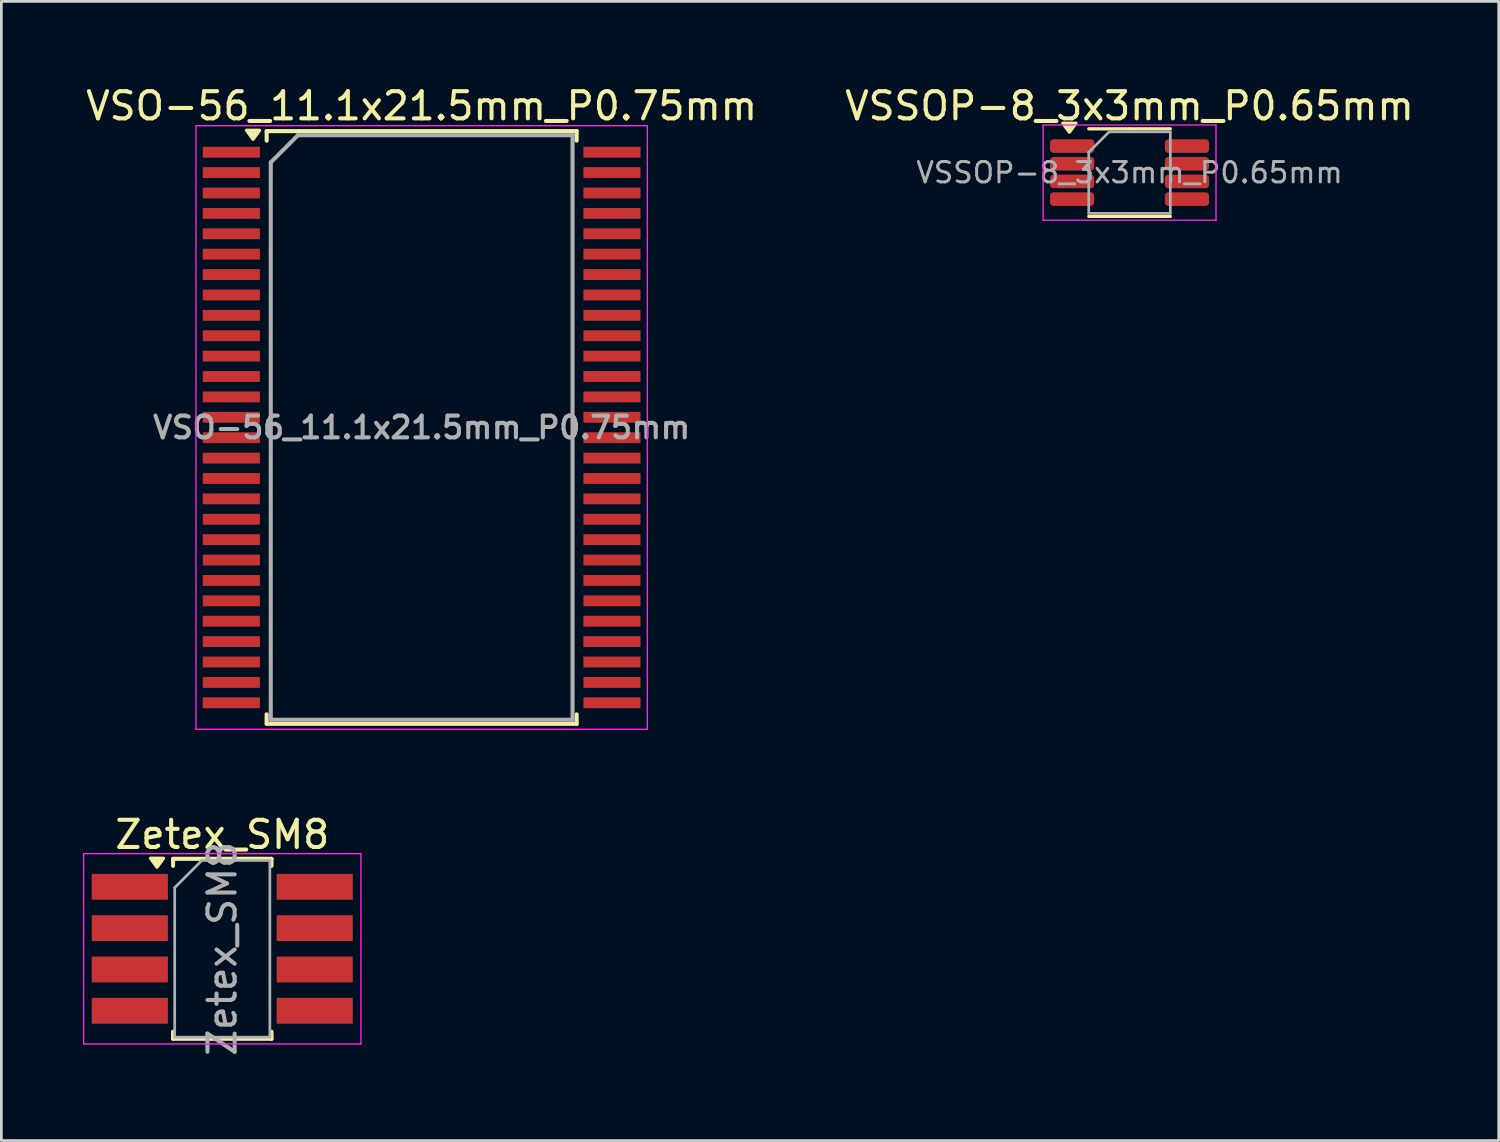
<source format=kicad_pcb>
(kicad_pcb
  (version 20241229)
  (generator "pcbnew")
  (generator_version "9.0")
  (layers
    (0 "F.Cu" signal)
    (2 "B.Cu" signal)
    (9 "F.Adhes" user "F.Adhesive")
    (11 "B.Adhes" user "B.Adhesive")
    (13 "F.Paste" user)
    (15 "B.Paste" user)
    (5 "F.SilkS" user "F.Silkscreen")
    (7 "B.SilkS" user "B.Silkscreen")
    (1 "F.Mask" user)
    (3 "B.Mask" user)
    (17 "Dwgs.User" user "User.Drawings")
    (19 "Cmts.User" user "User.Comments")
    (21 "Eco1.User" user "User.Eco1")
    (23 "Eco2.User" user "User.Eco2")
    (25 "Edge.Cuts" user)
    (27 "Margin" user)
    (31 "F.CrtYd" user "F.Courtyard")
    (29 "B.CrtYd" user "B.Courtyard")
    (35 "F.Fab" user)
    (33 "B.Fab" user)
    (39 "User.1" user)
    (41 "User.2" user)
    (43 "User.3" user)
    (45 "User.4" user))
  (footprint "Zetex_SM8"
    (layer "F.Cu")
    (at 5.125 31.846)
    (property "Reference" "Zetex_SM8" (at 0 -4.2 0) (layer "F.SilkS") (effects (font (size 1 1) (thickness 0.15))))
    (attr smd)
    (fp_line (start -1.81 -3.31) (end -1.81 -3.05) (stroke (width 0.15) (type solid)) (layer "F.SilkS"))
    (fp_line (start -1.81 -3.31) (end 1.81 -3.31) (stroke (width 0.15) (type solid)) (layer "F.SilkS"))
    (fp_line (start -1.81 3.31) (end -1.81 3.05) (stroke (width 0.15) (type solid)) (layer "F.SilkS"))
    (fp_line (start -1.81 3.31) (end 1.81 3.31) (stroke (width 0.15) (type solid)) (layer "F.SilkS"))
    (fp_line (start 1.81 -3.31) (end 1.81 -3.05) (stroke (width 0.15) (type solid)) (layer "F.SilkS"))
    (fp_line (start 1.81 3.31) (end 1.81 3.05) (stroke (width 0.15) (type solid)) (layer "F.SilkS"))
    (fp_poly (pts (xy -2.4 -3) (xy -2.64 -3.33) (xy -2.16 -3.33) (xy -2.4 -3)) (stroke (width 0.12) (type solid)) (fill yes) (layer "F.SilkS"))
    (fp_line (start -5.1 -3.5) (end -5.1 3.5) (stroke (width 0.05) (type solid)) (layer "F.CrtYd"))
    (fp_line (start -5.1 -3.5) (end 5.1 -3.5) (stroke (width 0.05) (type solid)) (layer "F.CrtYd"))
    (fp_line (start -5.1 3.5) (end 5.1 3.5) (stroke (width 0.05) (type solid)) (layer "F.CrtYd"))
    (fp_line (start 5.1 -3.5) (end 5.1 3.5) (stroke (width 0.05) (type solid)) (layer "F.CrtYd"))
    (fp_line (start -1.75 -2.25) (end -0.75 -3.25) (stroke (width 0.1) (type solid)) (layer "F.Fab"))
    (fp_line (start -1.75 3.25) (end -1.75 -2.25) (stroke (width 0.1) (type solid)) (layer "F.Fab"))
    (fp_line (start -0.75 -3.25) (end 1.75 -3.25) (stroke (width 0.1) (type solid)) (layer "F.Fab"))
    (fp_line (start 1.75 -3.25) (end 1.75 3.25) (stroke (width 0.1) (type solid)) (layer "F.Fab"))
    (fp_line (start 1.75 3.25) (end -1.75 3.25) (stroke (width 0.1) (type solid)) (layer "F.Fab"))
    (fp_text user "${REFERENCE}" (at 0 0 90) (layer "F.Fab") (effects (font (size 1 1) (thickness 0.15))))
    (pad "1" smd rect (at -3.4 -2.28) (size 2.8 0.95) (layers "F.Cu" "F.Mask" "F.Paste"))
    (pad "2" smd rect (at -3.4 -0.76) (size 2.8 0.95) (layers "F.Cu" "F.Mask" "F.Paste"))
    (pad "3" smd rect (at -3.4 0.76) (size 2.8 0.95) (layers "F.Cu" "F.Mask" "F.Paste"))
    (pad "4" smd rect (at -3.4 2.28) (size 2.8 0.95) (layers "F.Cu" "F.Mask" "F.Paste"))
    (pad "5" smd rect (at 3.4 2.28) (size 2.8 0.95) (layers "F.Cu" "F.Mask" "F.Paste"))
    (pad "6" smd rect (at 3.4 0.76) (size 2.8 0.95) (layers "F.Cu" "F.Mask" "F.Paste"))
    (pad "7" smd rect (at 3.4 -0.76) (size 2.8 0.95) (layers "F.Cu" "F.Mask" "F.Paste"))
    (pad "8" smd rect (at 3.4 -2.28) (size 2.8 0.95) (layers "F.Cu" "F.Mask" "F.Paste")))
  (footprint "VSO-56_11.1x21.5mm_P0.75mm"
    (layer "F.Cu")
    (at 12.458 12.673)
    (property "Reference" "VSO-56_11.1x21.5mm_P0.75mm" (at 0 -11.825 0) (layer "F.SilkS") (effects (font (size 1 1) (thickness 0.15))))
    (attr smd)
    (fp_line (start -5.7 -10.9) (end -5.7 -10.55) (stroke (width 0.15) (type solid)) (layer "F.SilkS"))
    (fp_line (start -5.7 -10.9) (end 5.7 -10.9) (stroke (width 0.15) (type solid)) (layer "F.SilkS"))
    (fp_line (start -5.7 10.9) (end -5.7 10.55) (stroke (width 0.15) (type solid)) (layer "F.SilkS"))
    (fp_line (start -5.7 10.9) (end 5.7 10.9) (stroke (width 0.15) (type solid)) (layer "F.SilkS"))
    (fp_line (start 5.7 -10.9) (end 5.7 -10.55) (stroke (width 0.15) (type solid)) (layer "F.SilkS"))
    (fp_line (start 5.7 10.9) (end 5.7 10.55) (stroke (width 0.15) (type solid)) (layer "F.SilkS"))
    (fp_poly (pts (xy -6.2 -10.6) (xy -6.44 -10.93) (xy -5.96 -10.93) (xy -6.2 -10.6)) (stroke (width 0.12) (type solid)) (fill yes) (layer "F.SilkS"))
    (fp_line (start -8.3 -11.1) (end -8.3 11.1) (stroke (width 0.05) (type solid)) (layer "F.CrtYd"))
    (fp_line (start -8.3 -11.1) (end 8.3 -11.1) (stroke (width 0.05) (type solid)) (layer "F.CrtYd"))
    (fp_line (start -8.3 11.1) (end 8.3 11.1) (stroke (width 0.05) (type solid)) (layer "F.CrtYd"))
    (fp_line (start 8.3 -11.1) (end 8.3 11.1) (stroke (width 0.05) (type solid)) (layer "F.CrtYd"))
    (fp_line (start -5.55 -9.75) (end -4.55 -10.75) (stroke (width 0.15) (type solid)) (layer "F.Fab"))
    (fp_line (start -5.55 10.75) (end -5.55 -9.75) (stroke (width 0.15) (type solid)) (layer "F.Fab"))
    (fp_line (start -4.55 -10.75) (end 5.55 -10.75) (stroke (width 0.15) (type solid)) (layer "F.Fab"))
    (fp_line (start 5.55 -10.75) (end 5.55 10.75) (stroke (width 0.15) (type solid)) (layer "F.Fab"))
    (fp_line (start 5.55 10.75) (end -5.55 10.75) (stroke (width 0.15) (type solid)) (layer "F.Fab"))
    (fp_text user "${REFERENCE}" (at 0 0 0) (layer "F.Fab") (effects (font (size 0.8 0.8) (thickness 0.15))))
    (pad "1" smd rect (at -7 -10.125) (size 2.1 0.4) (layers "F.Cu" "F.Mask" "F.Paste"))
    (pad "2" smd rect (at -7 -9.375) (size 2.1 0.4) (layers "F.Cu" "F.Mask" "F.Paste"))
    (pad "3" smd rect (at -7 -8.625) (size 2.1 0.4) (layers "F.Cu" "F.Mask" "F.Paste"))
    (pad "4" smd rect (at -7 -7.875) (size 2.1 0.4) (layers "F.Cu" "F.Mask" "F.Paste"))
    (pad "5" smd rect (at -7 -7.125) (size 2.1 0.4) (layers "F.Cu" "F.Mask" "F.Paste"))
    (pad "6" smd rect (at -7 -6.375) (size 2.1 0.4) (layers "F.Cu" "F.Mask" "F.Paste"))
    (pad "7" smd rect (at -7 -5.625) (size 2.1 0.4) (layers "F.Cu" "F.Mask" "F.Paste"))
    (pad "8" smd rect (at -7 -4.875) (size 2.1 0.4) (layers "F.Cu" "F.Mask" "F.Paste"))
    (pad "9" smd rect (at -7 -4.125) (size 2.1 0.4) (layers "F.Cu" "F.Mask" "F.Paste"))
    (pad "10" smd rect (at -7 -3.375) (size 2.1 0.4) (layers "F.Cu" "F.Mask" "F.Paste"))
    (pad "11" smd rect (at -7 -2.625) (size 2.1 0.4) (layers "F.Cu" "F.Mask" "F.Paste"))
    (pad "12" smd rect (at -7 -1.875) (size 2.1 0.4) (layers "F.Cu" "F.Mask" "F.Paste"))
    (pad "13" smd rect (at -7 -1.125) (size 2.1 0.4) (layers "F.Cu" "F.Mask" "F.Paste"))
    (pad "14" smd rect (at -7 -0.375) (size 2.1 0.4) (layers "F.Cu" "F.Mask" "F.Paste"))
    (pad "15" smd rect (at -7 0.375) (size 2.1 0.4) (layers "F.Cu" "F.Mask" "F.Paste"))
    (pad "16" smd rect (at -7 1.125) (size 2.1 0.4) (layers "F.Cu" "F.Mask" "F.Paste"))
    (pad "17" smd rect (at -7 1.875) (size 2.1 0.4) (layers "F.Cu" "F.Mask" "F.Paste"))
    (pad "18" smd rect (at -7 2.625) (size 2.1 0.4) (layers "F.Cu" "F.Mask" "F.Paste"))
    (pad "19" smd rect (at -7 3.375) (size 2.1 0.4) (layers "F.Cu" "F.Mask" "F.Paste"))
    (pad "20" smd rect (at -7 4.125) (size 2.1 0.4) (layers "F.Cu" "F.Mask" "F.Paste"))
    (pad "21" smd rect (at -7 4.875) (size 2.1 0.4) (layers "F.Cu" "F.Mask" "F.Paste"))
    (pad "22" smd rect (at -7 5.625) (size 2.1 0.4) (layers "F.Cu" "F.Mask" "F.Paste"))
    (pad "23" smd rect (at -7 6.375) (size 2.1 0.4) (layers "F.Cu" "F.Mask" "F.Paste"))
    (pad "24" smd rect (at -7 7.125) (size 2.1 0.4) (layers "F.Cu" "F.Mask" "F.Paste"))
    (pad "25" smd rect (at -7 7.875) (size 2.1 0.4) (layers "F.Cu" "F.Mask" "F.Paste"))
    (pad "26" smd rect (at -7 8.625) (size 2.1 0.4) (layers "F.Cu" "F.Mask" "F.Paste"))
    (pad "27" smd rect (at -7 9.375) (size 2.1 0.4) (layers "F.Cu" "F.Mask" "F.Paste"))
    (pad "28" smd rect (at -7 10.125) (size 2.1 0.4) (layers "F.Cu" "F.Mask" "F.Paste"))
    (pad "29" smd rect (at 7 10.125) (size 2.1 0.4) (layers "F.Cu" "F.Mask" "F.Paste"))
    (pad "30" smd rect (at 7 9.375) (size 2.1 0.4) (layers "F.Cu" "F.Mask" "F.Paste"))
    (pad "31" smd rect (at 7 8.625) (size 2.1 0.4) (layers "F.Cu" "F.Mask" "F.Paste"))
    (pad "32" smd rect (at 7 7.875) (size 2.1 0.4) (layers "F.Cu" "F.Mask" "F.Paste"))
    (pad "33" smd rect (at 7 7.125) (size 2.1 0.4) (layers "F.Cu" "F.Mask" "F.Paste"))
    (pad "34" smd rect (at 7 6.375) (size 2.1 0.4) (layers "F.Cu" "F.Mask" "F.Paste"))
    (pad "35" smd rect (at 7 5.625) (size 2.1 0.4) (layers "F.Cu" "F.Mask" "F.Paste"))
    (pad "36" smd rect (at 7 4.875) (size 2.1 0.4) (layers "F.Cu" "F.Mask" "F.Paste"))
    (pad "37" smd rect (at 7 4.125) (size 2.1 0.4) (layers "F.Cu" "F.Mask" "F.Paste"))
    (pad "38" smd rect (at 7 3.375) (size 2.1 0.4) (layers "F.Cu" "F.Mask" "F.Paste"))
    (pad "39" smd rect (at 7 2.625) (size 2.1 0.4) (layers "F.Cu" "F.Mask" "F.Paste"))
    (pad "40" smd rect (at 7 1.875) (size 2.1 0.4) (layers "F.Cu" "F.Mask" "F.Paste"))
    (pad "41" smd rect (at 7 1.125) (size 2.1 0.4) (layers "F.Cu" "F.Mask" "F.Paste"))
    (pad "42" smd rect (at 7 0.375) (size 2.1 0.4) (layers "F.Cu" "F.Mask" "F.Paste"))
    (pad "43" smd rect (at 7 -0.375) (size 2.1 0.4) (layers "F.Cu" "F.Mask" "F.Paste"))
    (pad "44" smd rect (at 7 -1.125) (size 2.1 0.4) (layers "F.Cu" "F.Mask" "F.Paste"))
    (pad "45" smd rect (at 7 -1.875) (size 2.1 0.4) (layers "F.Cu" "F.Mask" "F.Paste"))
    (pad "46" smd rect (at 7 -2.625) (size 2.1 0.4) (layers "F.Cu" "F.Mask" "F.Paste"))
    (pad "47" smd rect (at 7 -3.375) (size 2.1 0.4) (layers "F.Cu" "F.Mask" "F.Paste"))
    (pad "48" smd rect (at 7 -4.125) (size 2.1 0.4) (layers "F.Cu" "F.Mask" "F.Paste"))
    (pad "49" smd rect (at 7 -4.875) (size 2.1 0.4) (layers "F.Cu" "F.Mask" "F.Paste"))
    (pad "50" smd rect (at 7 -5.625) (size 2.1 0.4) (layers "F.Cu" "F.Mask" "F.Paste"))
    (pad "51" smd rect (at 7 -6.375) (size 2.1 0.4) (layers "F.Cu" "F.Mask" "F.Paste"))
    (pad "52" smd rect (at 7 -7.125) (size 2.1 0.4) (layers "F.Cu" "F.Mask" "F.Paste"))
    (pad "53" smd rect (at 7 -7.875) (size 2.1 0.4) (layers "F.Cu" "F.Mask" "F.Paste"))
    (pad "54" smd rect (at 7 -8.625) (size 2.1 0.4) (layers "F.Cu" "F.Mask" "F.Paste"))
    (pad "55" smd rect (at 7 -9.375) (size 2.1 0.4) (layers "F.Cu" "F.Mask" "F.Paste"))
    (pad "56" smd rect (at 7 -10.125) (size 2.1 0.4) (layers "F.Cu" "F.Mask" "F.Paste")))
  (footprint "VSSOP-8_3x3mm_P0.65mm"
    (layer "F.Cu")
    (at 38.494 3.298)
    (property "Reference" "VSSOP-8_3x3mm_P0.65mm" (at 0 -2.45 0) (layer "F.SilkS") (effects (font (size 1 1) (thickness 0.15))))
    (attr smd)
    (fp_line (start 0 -1.61) (end -1.5 -1.61) (stroke (width 0.12) (type solid)) (layer "F.SilkS"))
    (fp_line (start 0 -1.61) (end 1.5 -1.61) (stroke (width 0.12) (type solid)) (layer "F.SilkS"))
    (fp_line (start 0 1.61) (end -1.5 1.61) (stroke (width 0.12) (type solid)) (layer "F.SilkS"))
    (fp_line (start 0 1.61) (end 1.5 1.61) (stroke (width 0.12) (type solid)) (layer "F.SilkS"))
    (fp_poly (pts (xy -2.212 -1.485) (xy -2.453 -1.815) (xy -1.972 -1.815) (xy -2.212 -1.485)) (stroke (width 0.12) (type solid)) (fill yes) (layer "F.SilkS"))
    (fp_line (start -3.18 -1.75) (end -3.18 1.75) (stroke (width 0.05) (type solid)) (layer "F.CrtYd"))
    (fp_line (start -3.18 1.75) (end 3.18 1.75) (stroke (width 0.05) (type solid)) (layer "F.CrtYd"))
    (fp_line (start 3.18 -1.75) (end -3.18 -1.75) (stroke (width 0.05) (type solid)) (layer "F.CrtYd"))
    (fp_line (start 3.18 1.75) (end 3.18 -1.75) (stroke (width 0.05) (type solid)) (layer "F.CrtYd"))
    (fp_line (start -1.5 -0.75) (end -0.75 -1.5) (stroke (width 0.1) (type solid)) (layer "F.Fab"))
    (fp_line (start -1.5 1.5) (end -1.5 -0.75) (stroke (width 0.1) (type solid)) (layer "F.Fab"))
    (fp_line (start -0.75 -1.5) (end 1.5 -1.5) (stroke (width 0.1) (type solid)) (layer "F.Fab"))
    (fp_line (start 1.5 -1.5) (end 1.5 1.5) (stroke (width 0.1) (type solid)) (layer "F.Fab"))
    (fp_line (start 1.5 1.5) (end -1.5 1.5) (stroke (width 0.1) (type solid)) (layer "F.Fab"))
    (fp_text user "${REFERENCE}" (at 0 0 0) (layer "F.Fab") (effects (font (size 0.75 0.75) (thickness 0.11))))
    (pad "1" smd roundrect (at -2.112 -0.975) (size 1.625 0.5) (layers "F.Cu" "F.Mask" "F.Paste") (roundrect_rratio 0.25))
    (pad "2" smd roundrect (at -2.112 -0.325) (size 1.625 0.5) (layers "F.Cu" "F.Mask" "F.Paste") (roundrect_rratio 0.25))
    (pad "3" smd roundrect (at -2.112 0.325) (size 1.625 0.5) (layers "F.Cu" "F.Mask" "F.Paste") (roundrect_rratio 0.25))
    (pad "4" smd roundrect (at -2.112 0.975) (size 1.625 0.5) (layers "F.Cu" "F.Mask" "F.Paste") (roundrect_rratio 0.25))
    (pad "5" smd roundrect (at 2.112 0.975) (size 1.625 0.5) (layers "F.Cu" "F.Mask" "F.Paste") (roundrect_rratio 0.25))
    (pad "6" smd roundrect (at 2.112 0.325) (size 1.625 0.5) (layers "F.Cu" "F.Mask" "F.Paste") (roundrect_rratio 0.25))
    (pad "7" smd roundrect (at 2.112 -0.325) (size 1.625 0.5) (layers "F.Cu" "F.Mask" "F.Paste") (roundrect_rratio 0.25))
    (pad "8" smd roundrect (at 2.112 -0.975) (size 1.625 0.5) (layers "F.Cu" "F.Mask" "F.Paste") (roundrect_rratio 0.25)))
  (gr_rect
    (start -3 -3)
    (end 52.071 38.9)
    (stroke (width 0.1) (type default))
    (fill no)
    (layer "Edge.Cuts")))
</source>
